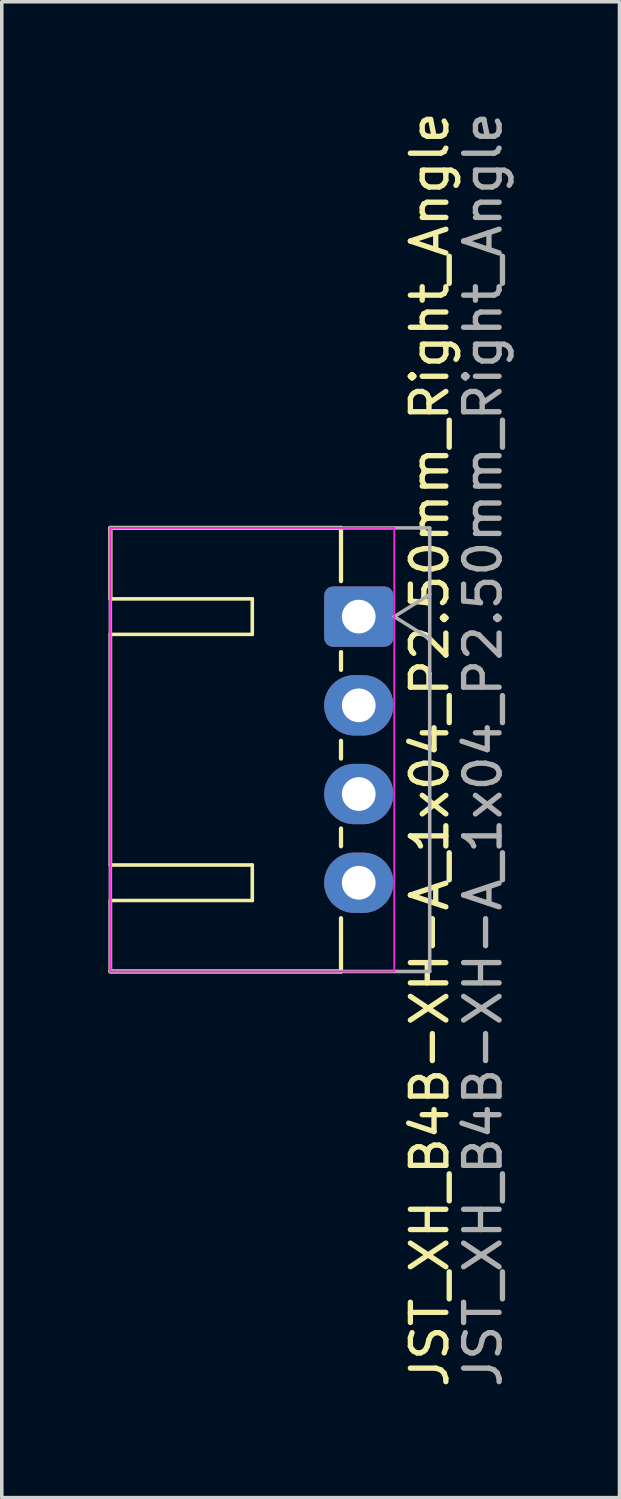
<source format=kicad_pcb>
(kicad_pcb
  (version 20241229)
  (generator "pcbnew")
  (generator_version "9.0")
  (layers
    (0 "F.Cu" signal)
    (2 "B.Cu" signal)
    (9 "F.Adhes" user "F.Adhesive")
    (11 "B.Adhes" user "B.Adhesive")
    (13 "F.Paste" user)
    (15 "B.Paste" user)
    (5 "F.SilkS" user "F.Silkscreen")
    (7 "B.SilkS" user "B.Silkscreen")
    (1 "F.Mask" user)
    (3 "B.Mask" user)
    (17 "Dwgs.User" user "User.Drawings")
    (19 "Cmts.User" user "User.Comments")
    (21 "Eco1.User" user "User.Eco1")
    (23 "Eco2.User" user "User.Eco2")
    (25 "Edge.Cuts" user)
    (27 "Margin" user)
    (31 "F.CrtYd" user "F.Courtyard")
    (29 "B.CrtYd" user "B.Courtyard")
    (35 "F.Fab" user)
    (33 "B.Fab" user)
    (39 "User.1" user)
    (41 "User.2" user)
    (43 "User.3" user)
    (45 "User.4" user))
  (footprint "JST_XH_B4B-XH-A_1x04_P2.50mm_Right_Angle"
    (layer "F.Cu")
    (at 7.06 14.327)
    (property "Reference" "JST_XH_B4B-XH-A_1x04_P2.50mm_Right_Angle" (at 2 3.75 270) (layer "F.SilkS") (effects (font (size 1 1) (thickness 0.15))))
    (attr through_hole)
    (fp_line (start -7 -2.5) (end -7 -0.5) (stroke (width 0.12) (type solid)) (layer "F.SilkS"))
    (fp_line (start -7 -2.5) (end -0.5 -2.5) (stroke (width 0.12) (type solid)) (layer "F.SilkS"))
    (fp_line (start -7 -0.5) (end -3 -0.5) (stroke (width 0.1) (type default)) (layer "F.SilkS"))
    (fp_line (start -7 0.5) (end -7 7) (stroke (width 0.1) (type default)) (layer "F.SilkS"))
    (fp_line (start -7 7) (end -3 7) (stroke (width 0.1) (type default)) (layer "F.SilkS"))
    (fp_line (start -7 8) (end -7 10) (stroke (width 0.1) (type default)) (layer "F.SilkS"))
    (fp_line (start -7 10) (end -0.5 10) (stroke (width 0.12) (type solid)) (layer "F.SilkS"))
    (fp_line (start -3 -0.5) (end -3 0.5) (stroke (width 0.1) (type default)) (layer "F.SilkS"))
    (fp_line (start -3 0.5) (end -7 0.5) (stroke (width 0.1) (type default)) (layer "F.SilkS"))
    (fp_line (start -3 7) (end -3 8) (stroke (width 0.1) (type default)) (layer "F.SilkS"))
    (fp_line (start -3 8) (end -7 8) (stroke (width 0.1) (type default)) (layer "F.SilkS"))
    (fp_line (start -0.5 -2.5) (end -0.5 -1) (stroke (width 0.12) (type solid)) (layer "F.SilkS"))
    (fp_line (start -0.5 1) (end -0.5 1.5) (stroke (width 0.12) (type solid)) (layer "F.SilkS"))
    (fp_line (start -0.5 3.5) (end -0.5 4) (stroke (width 0.12) (type solid)) (layer "F.SilkS"))
    (fp_line (start -0.5 5.971) (end -0.5 6.471) (stroke (width 0.12) (type solid)) (layer "F.SilkS"))
    (fp_line (start -0.5 8.5) (end -0.5 10) (stroke (width 0.12) (type solid)) (layer "F.SilkS"))
    (fp_line (start -7 -2.5) (end -7 10) (stroke (width 0.05) (type default)) (layer "F.CrtYd"))
    (fp_line (start -7 10) (end 1 10) (stroke (width 0.05) (type default)) (layer "F.CrtYd"))
    (fp_line (start 1 -2.5) (end -7 -2.5) (stroke (width 0.05) (type solid)) (layer "F.CrtYd"))
    (fp_line (start 1 10) (end 1 -2.5) (stroke (width 0.05) (type default)) (layer "F.CrtYd"))
    (fp_line (start -7 -2.5) (end 2 -2.5) (stroke (width 0.1) (type default)) (layer "F.Fab"))
    (fp_line (start -7 10) (end -7 -2.5) (stroke (width 0.1) (type default)) (layer "F.Fab"))
    (fp_line (start 1 0) (end 2 0.625) (stroke (width 0.1) (type solid)) (layer "F.Fab"))
    (fp_line (start 2 -2.5) (end 2 -0.625) (stroke (width 0.1) (type default)) (layer "F.Fab"))
    (fp_line (start 2 -0.625) (end 1 0) (stroke (width 0.1) (type solid)) (layer "F.Fab"))
    (fp_line (start 2 -0.625) (end 2 0.625) (stroke (width 0.1) (type default)) (layer "F.Fab"))
    (fp_line (start 2 0.625) (end 2 10) (stroke (width 0.1) (type default)) (layer "F.Fab"))
    (fp_line (start 2 10) (end -7 10) (stroke (width 0.1) (type default)) (layer "F.Fab"))
    (fp_text user "${REFERENCE}" (at 3.5 3.75 270) (layer "F.Fab") (effects (font (size 1 1) (thickness 0.15))))
    (pad "1" thru_hole roundrect (at 0 0 270) (size 1.7 1.95) (drill 0.95) (layers "*.Cu" "*.Mask") (roundrect_rratio 0.147))
    (pad "2" thru_hole oval (at 0 2.5 270) (size 1.7 1.95) (drill 0.95) (layers "*.Cu" "*.Mask"))
    (pad "3" thru_hole oval (at 0 5 270) (size 1.7 1.95) (drill 0.95) (layers "*.Cu" "*.Mask"))
    (pad "4" thru_hole oval (at 0 7.5 270) (size 1.7 1.95) (drill 0.95) (layers "*.Cu" "*.Mask")))
  (gr_rect
    (start -3 -3)
    (end 14.408 39.155)
    (stroke (width 0.1) (type default))
    (fill no)
    (layer "Edge.Cuts")))
</source>
